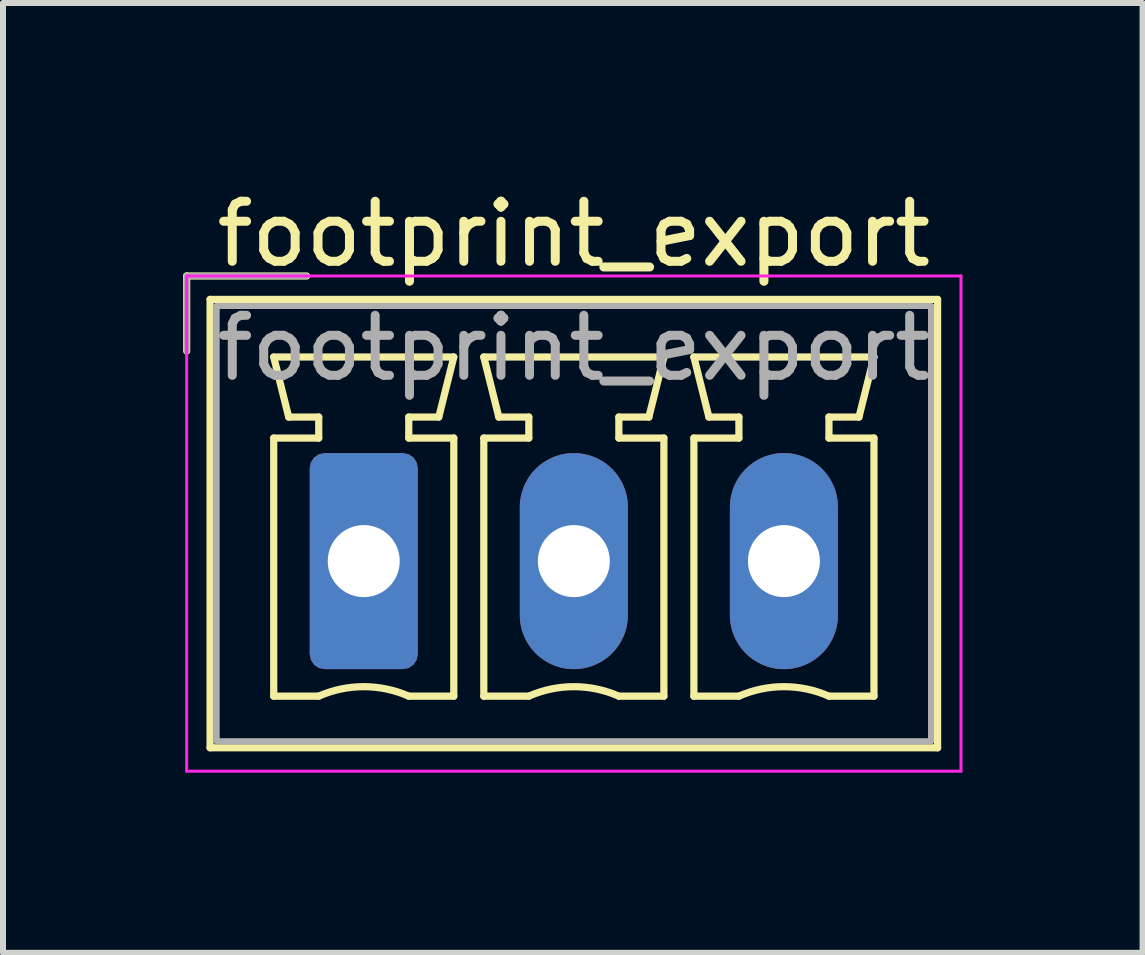
<source format=kicad_pcb>
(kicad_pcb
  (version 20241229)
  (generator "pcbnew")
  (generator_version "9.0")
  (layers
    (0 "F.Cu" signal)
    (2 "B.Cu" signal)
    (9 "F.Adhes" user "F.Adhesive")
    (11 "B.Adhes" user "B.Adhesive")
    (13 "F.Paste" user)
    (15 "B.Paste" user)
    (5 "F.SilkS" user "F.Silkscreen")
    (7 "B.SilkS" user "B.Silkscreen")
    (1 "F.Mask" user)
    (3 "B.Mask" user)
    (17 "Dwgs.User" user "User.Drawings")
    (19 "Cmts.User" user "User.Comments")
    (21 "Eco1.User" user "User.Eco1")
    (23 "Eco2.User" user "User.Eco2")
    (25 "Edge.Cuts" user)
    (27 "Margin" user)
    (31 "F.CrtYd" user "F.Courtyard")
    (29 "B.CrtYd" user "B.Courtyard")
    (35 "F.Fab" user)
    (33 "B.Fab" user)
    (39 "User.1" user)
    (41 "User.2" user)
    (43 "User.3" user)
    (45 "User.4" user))
  (footprint "footprint_export"
    (layer "F.Cu")
    (at 3.01 6.298)
    (property "Reference" "footprint_export" (at 3.5 -5.45 0) (layer "F.SilkS") (effects (font (size 1 1) (thickness 0.15))))
    (attr through_hole)
    (fp_line (start -2.95 -4.75) (end -0.95 -4.75) (stroke (width 0.12) (type solid)) (layer "F.SilkS"))
    (fp_line (start -2.95 -3.5) (end -2.95 -4.75) (stroke (width 0.12) (type solid)) (layer "F.SilkS"))
    (fp_line (start -2.56 -4.36) (end -2.56 3.11) (stroke (width 0.12) (type solid)) (layer "F.SilkS"))
    (fp_line (start -2.56 3.11) (end 9.56 3.11) (stroke (width 0.12) (type solid)) (layer "F.SilkS"))
    (fp_line (start -1.5 -3.4) (end 1.5 -3.4) (stroke (width 0.12) (type solid)) (layer "F.SilkS"))
    (fp_line (start -1.5 -2.05) (end -0.75 -2.05) (stroke (width 0.12) (type solid)) (layer "F.SilkS"))
    (fp_line (start -1.5 2.25) (end -1.5 -2.05) (stroke (width 0.12) (type solid)) (layer "F.SilkS"))
    (fp_line (start -1.25 -2.4) (end -1.5 -3.4) (stroke (width 0.12) (type solid)) (layer "F.SilkS"))
    (fp_line (start -0.75 -2.4) (end -1.25 -2.4) (stroke (width 0.12) (type solid)) (layer "F.SilkS"))
    (fp_line (start -0.75 -2.05) (end -0.75 -2.4) (stroke (width 0.12) (type solid)) (layer "F.SilkS"))
    (fp_line (start -0.75 2.25) (end -1.5 2.25) (stroke (width 0.12) (type solid)) (layer "F.SilkS"))
    (fp_line (start 0.75 -2.4) (end 0.75 -2.05) (stroke (width 0.12) (type solid)) (layer "F.SilkS"))
    (fp_line (start 0.75 -2.05) (end 1.5 -2.05) (stroke (width 0.12) (type solid)) (layer "F.SilkS"))
    (fp_line (start 1.25 -2.4) (end 0.75 -2.4) (stroke (width 0.12) (type solid)) (layer "F.SilkS"))
    (fp_line (start 1.5 -3.4) (end 1.25 -2.4) (stroke (width 0.12) (type solid)) (layer "F.SilkS"))
    (fp_line (start 1.5 -2.05) (end 1.5 2.25) (stroke (width 0.12) (type solid)) (layer "F.SilkS"))
    (fp_line (start 1.5 2.25) (end 0.75 2.25) (stroke (width 0.12) (type solid)) (layer "F.SilkS"))
    (fp_line (start 2 -3.4) (end 5 -3.4) (stroke (width 0.12) (type solid)) (layer "F.SilkS"))
    (fp_line (start 2 -2.05) (end 2.75 -2.05) (stroke (width 0.12) (type solid)) (layer "F.SilkS"))
    (fp_line (start 2 2.25) (end 2 -2.05) (stroke (width 0.12) (type solid)) (layer "F.SilkS"))
    (fp_line (start 2.25 -2.4) (end 2 -3.4) (stroke (width 0.12) (type solid)) (layer "F.SilkS"))
    (fp_line (start 2.75 -2.4) (end 2.25 -2.4) (stroke (width 0.12) (type solid)) (layer "F.SilkS"))
    (fp_line (start 2.75 -2.05) (end 2.75 -2.4) (stroke (width 0.12) (type solid)) (layer "F.SilkS"))
    (fp_line (start 2.75 2.25) (end 2 2.25) (stroke (width 0.12) (type solid)) (layer "F.SilkS"))
    (fp_line (start 4.25 -2.4) (end 4.25 -2.05) (stroke (width 0.12) (type solid)) (layer "F.SilkS"))
    (fp_line (start 4.25 -2.05) (end 5 -2.05) (stroke (width 0.12) (type solid)) (layer "F.SilkS"))
    (fp_line (start 4.75 -2.4) (end 4.25 -2.4) (stroke (width 0.12) (type solid)) (layer "F.SilkS"))
    (fp_line (start 5 -3.4) (end 4.75 -2.4) (stroke (width 0.12) (type solid)) (layer "F.SilkS"))
    (fp_line (start 5 -2.05) (end 5 2.25) (stroke (width 0.12) (type solid)) (layer "F.SilkS"))
    (fp_line (start 5 2.25) (end 4.25 2.25) (stroke (width 0.12) (type solid)) (layer "F.SilkS"))
    (fp_line (start 5.5 -3.4) (end 8.5 -3.4) (stroke (width 0.12) (type solid)) (layer "F.SilkS"))
    (fp_line (start 5.5 -2.05) (end 6.25 -2.05) (stroke (width 0.12) (type solid)) (layer "F.SilkS"))
    (fp_line (start 5.5 2.25) (end 5.5 -2.05) (stroke (width 0.12) (type solid)) (layer "F.SilkS"))
    (fp_line (start 5.75 -2.4) (end 5.5 -3.4) (stroke (width 0.12) (type solid)) (layer "F.SilkS"))
    (fp_line (start 6.25 -2.4) (end 5.75 -2.4) (stroke (width 0.12) (type solid)) (layer "F.SilkS"))
    (fp_line (start 6.25 -2.05) (end 6.25 -2.4) (stroke (width 0.12) (type solid)) (layer "F.SilkS"))
    (fp_line (start 6.25 2.25) (end 5.5 2.25) (stroke (width 0.12) (type solid)) (layer "F.SilkS"))
    (fp_line (start 7.75 -2.4) (end 7.75 -2.05) (stroke (width 0.12) (type solid)) (layer "F.SilkS"))
    (fp_line (start 7.75 -2.05) (end 8.5 -2.05) (stroke (width 0.12) (type solid)) (layer "F.SilkS"))
    (fp_line (start 8.25 -2.4) (end 7.75 -2.4) (stroke (width 0.12) (type solid)) (layer "F.SilkS"))
    (fp_line (start 8.5 -3.4) (end 8.25 -2.4) (stroke (width 0.12) (type solid)) (layer "F.SilkS"))
    (fp_line (start 8.5 -2.05) (end 8.5 2.25) (stroke (width 0.12) (type solid)) (layer "F.SilkS"))
    (fp_line (start 8.5 2.25) (end 7.75 2.25) (stroke (width 0.12) (type solid)) (layer "F.SilkS"))
    (fp_line (start 9.56 -4.36) (end -2.56 -4.36) (stroke (width 0.12) (type solid)) (layer "F.SilkS"))
    (fp_line (start 9.56 3.11) (end 9.56 -4.36) (stroke (width 0.12) (type solid)) (layer "F.SilkS"))
    (fp_arc (start -0.75 2.25) (mid -0.000193 2.09191) (end 0.749647 2.249844) (stroke (width 0.12) (type solid)) (layer "F.SilkS"))
    (fp_arc (start 2.75 2.25) (mid 3.499807 2.09191) (end 4.249647 2.249844) (stroke (width 0.12) (type solid)) (layer "F.SilkS"))
    (fp_arc (start 6.25 2.25) (mid 6.999807 2.09191) (end 7.749647 2.249844) (stroke (width 0.12) (type solid)) (layer "F.SilkS"))
    (fp_line (start -2.95 -4.75) (end -2.95 3.5) (stroke (width 0.05) (type solid)) (layer "F.CrtYd"))
    (fp_line (start -2.95 3.5) (end 9.95 3.5) (stroke (width 0.05) (type solid)) (layer "F.CrtYd"))
    (fp_line (start 9.95 -4.75) (end -2.95 -4.75) (stroke (width 0.05) (type solid)) (layer "F.CrtYd"))
    (fp_line (start 9.95 3.5) (end 9.95 -4.75) (stroke (width 0.05) (type solid)) (layer "F.CrtYd"))
    (fp_line (start -2.95 -4.75) (end -0.95 -4.75) (stroke (width 0.1) (type solid)) (layer "F.Fab"))
    (fp_line (start -2.95 -3.5) (end -2.95 -4.75) (stroke (width 0.1) (type solid)) (layer "F.Fab"))
    (fp_line (start -2.45 -4.25) (end -2.45 3) (stroke (width 0.1) (type solid)) (layer "F.Fab"))
    (fp_line (start -2.45 3) (end 9.45 3) (stroke (width 0.1) (type solid)) (layer "F.Fab"))
    (fp_line (start 9.45 -4.25) (end -2.45 -4.25) (stroke (width 0.1) (type solid)) (layer "F.Fab"))
    (fp_line (start 9.45 3) (end 9.45 -4.25) (stroke (width 0.1) (type solid)) (layer "F.Fab"))
    (fp_text user "${REFERENCE}" (at 3.5 -3.55 0) (layer "F.Fab") (effects (font (size 1 1) (thickness 0.15))))
    (pad "1" thru_hole roundrect (at 0 0) (size 1.8 3.6) (drill 1.2) (layers "*.Cu" "*.Mask") (roundrect_rratio 0.139))
    (pad "2" thru_hole oval (at 3.5 0) (size 1.8 3.6) (drill 1.2) (layers "*.Cu" "*.Mask"))
    (pad "3" thru_hole oval (at 7 0) (size 1.8 3.6) (drill 1.2) (layers "*.Cu" "*.Mask")))
  (gr_rect
    (start -3 -3)
    (end 15.985 12.823)
    (stroke (width 0.1) (type default))
    (fill no)
    (layer "Edge.Cuts")))
</source>
